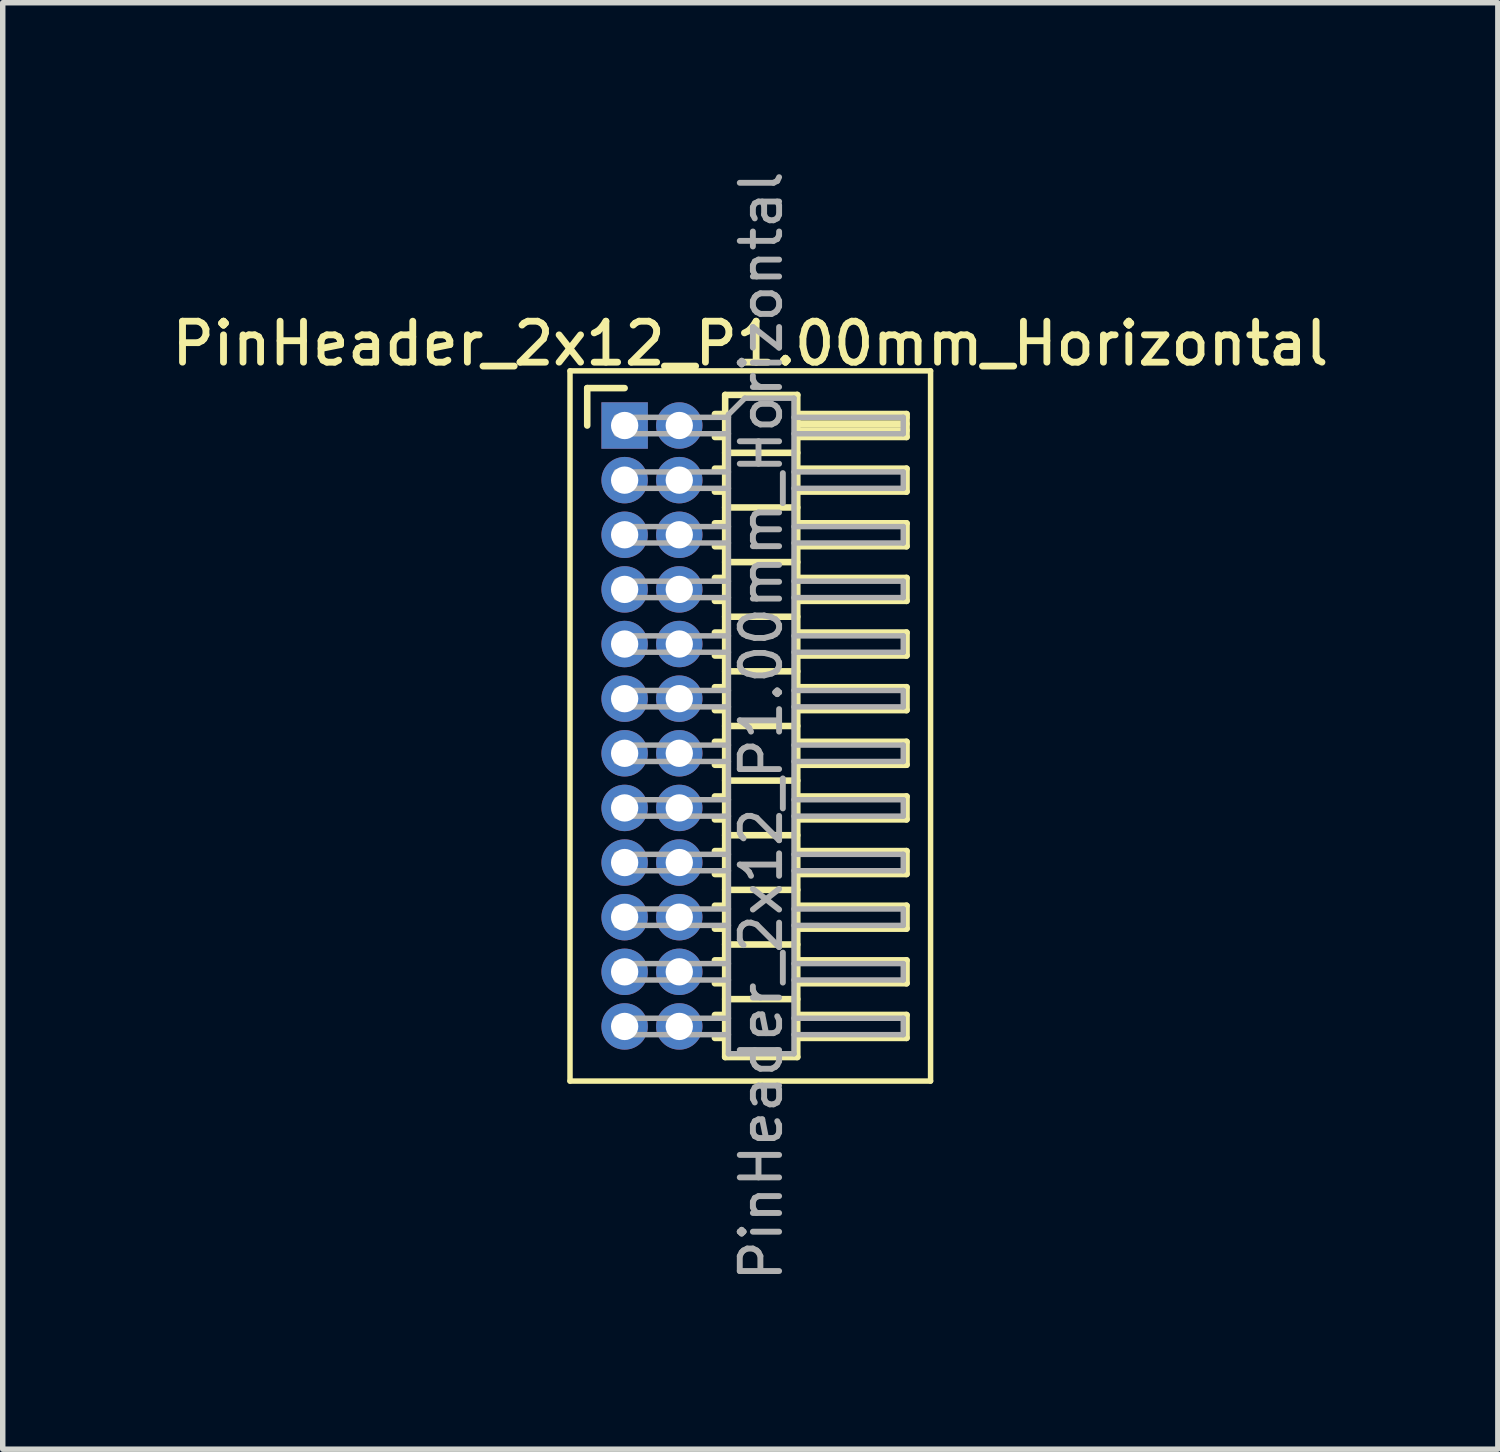
<source format=kicad_pcb>
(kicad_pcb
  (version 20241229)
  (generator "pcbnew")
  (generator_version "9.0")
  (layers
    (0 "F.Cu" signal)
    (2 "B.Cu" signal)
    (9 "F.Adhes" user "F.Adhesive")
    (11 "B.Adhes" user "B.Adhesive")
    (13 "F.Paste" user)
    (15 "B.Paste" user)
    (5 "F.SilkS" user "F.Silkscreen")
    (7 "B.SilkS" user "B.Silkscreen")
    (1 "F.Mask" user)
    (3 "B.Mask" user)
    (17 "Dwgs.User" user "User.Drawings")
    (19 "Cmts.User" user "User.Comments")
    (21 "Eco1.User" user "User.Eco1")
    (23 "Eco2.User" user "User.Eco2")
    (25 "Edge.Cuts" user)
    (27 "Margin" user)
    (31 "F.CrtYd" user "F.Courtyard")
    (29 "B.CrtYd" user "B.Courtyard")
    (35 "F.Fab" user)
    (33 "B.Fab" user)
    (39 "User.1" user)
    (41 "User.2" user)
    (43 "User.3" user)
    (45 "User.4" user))
  (footprint "PinHeader_2x12_P1.00mm_Horizontal"
    (layer "F.Cu")
    (at 8.384 4.739)
    (property "Reference" "PinHeader_2x12_P1.00mm_Horizontal" (at 2.3 -1.5 0) (layer "F.SilkS") (effects (font (size 0.75 0.75) (thickness 0.125))))
    (attr through_hole)
    (fp_line (start -1 -1) (end -1 12) (stroke (width 0.1) (type solid)) (layer "F.SilkS"))
    (fp_line (start -1 12) (end 5.6 12) (stroke (width 0.1) (type solid)) (layer "F.SilkS"))
    (fp_line (start -0.685 -0.685) (end 0 -0.685) (stroke (width 0.12) (type solid)) (layer "F.SilkS"))
    (fp_line (start -0.685 0) (end -0.685 -0.685) (stroke (width 0.12) (type solid)) (layer "F.SilkS"))
    (fp_line (start 1.652 -0.21) (end 1.84 -0.21) (stroke (width 0.12) (type solid)) (layer "F.SilkS"))
    (fp_line (start 1.652 0.21) (end 1.84 0.21) (stroke (width 0.12) (type solid)) (layer "F.SilkS"))
    (fp_line (start 1.652 0.79) (end 1.84 0.79) (stroke (width 0.12) (type solid)) (layer "F.SilkS"))
    (fp_line (start 1.652 1.21) (end 1.84 1.21) (stroke (width 0.12) (type solid)) (layer "F.SilkS"))
    (fp_line (start 1.652 1.79) (end 1.84 1.79) (stroke (width 0.12) (type solid)) (layer "F.SilkS"))
    (fp_line (start 1.652 2.21) (end 1.84 2.21) (stroke (width 0.12) (type solid)) (layer "F.SilkS"))
    (fp_line (start 1.652 2.79) (end 1.84 2.79) (stroke (width 0.12) (type solid)) (layer "F.SilkS"))
    (fp_line (start 1.652 3.21) (end 1.84 3.21) (stroke (width 0.12) (type solid)) (layer "F.SilkS"))
    (fp_line (start 1.652 3.79) (end 1.84 3.79) (stroke (width 0.12) (type solid)) (layer "F.SilkS"))
    (fp_line (start 1.652 4.21) (end 1.84 4.21) (stroke (width 0.12) (type solid)) (layer "F.SilkS"))
    (fp_line (start 1.652 4.79) (end 1.84 4.79) (stroke (width 0.12) (type solid)) (layer "F.SilkS"))
    (fp_line (start 1.652 5.21) (end 1.84 5.21) (stroke (width 0.12) (type solid)) (layer "F.SilkS"))
    (fp_line (start 1.652 5.79) (end 1.84 5.79) (stroke (width 0.12) (type solid)) (layer "F.SilkS"))
    (fp_line (start 1.652 6.21) (end 1.84 6.21) (stroke (width 0.12) (type solid)) (layer "F.SilkS"))
    (fp_line (start 1.652 6.79) (end 1.84 6.79) (stroke (width 0.12) (type solid)) (layer "F.SilkS"))
    (fp_line (start 1.652 7.21) (end 1.84 7.21) (stroke (width 0.12) (type solid)) (layer "F.SilkS"))
    (fp_line (start 1.652 7.79) (end 1.84 7.79) (stroke (width 0.12) (type solid)) (layer "F.SilkS"))
    (fp_line (start 1.652 8.21) (end 1.84 8.21) (stroke (width 0.12) (type solid)) (layer "F.SilkS"))
    (fp_line (start 1.652 8.79) (end 1.84 8.79) (stroke (width 0.12) (type solid)) (layer "F.SilkS"))
    (fp_line (start 1.652 9.21) (end 1.84 9.21) (stroke (width 0.12) (type solid)) (layer "F.SilkS"))
    (fp_line (start 1.652 9.79) (end 1.84 9.79) (stroke (width 0.12) (type solid)) (layer "F.SilkS"))
    (fp_line (start 1.652 10.21) (end 1.84 10.21) (stroke (width 0.12) (type solid)) (layer "F.SilkS"))
    (fp_line (start 1.652 10.79) (end 1.84 10.79) (stroke (width 0.12) (type solid)) (layer "F.SilkS"))
    (fp_line (start 1.652 11.21) (end 1.84 11.21) (stroke (width 0.12) (type solid)) (layer "F.SilkS"))
    (fp_line (start 1.84 -0.56) (end 1.84 11.56) (stroke (width 0.12) (type solid)) (layer "F.SilkS"))
    (fp_line (start 1.84 0.5) (end 3.16 0.5) (stroke (width 0.12) (type solid)) (layer "F.SilkS"))
    (fp_line (start 1.84 1.5) (end 3.16 1.5) (stroke (width 0.12) (type solid)) (layer "F.SilkS"))
    (fp_line (start 1.84 2.5) (end 3.16 2.5) (stroke (width 0.12) (type solid)) (layer "F.SilkS"))
    (fp_line (start 1.84 3.5) (end 3.16 3.5) (stroke (width 0.12) (type solid)) (layer "F.SilkS"))
    (fp_line (start 1.84 4.5) (end 3.16 4.5) (stroke (width 0.12) (type solid)) (layer "F.SilkS"))
    (fp_line (start 1.84 5.5) (end 3.16 5.5) (stroke (width 0.12) (type solid)) (layer "F.SilkS"))
    (fp_line (start 1.84 6.5) (end 3.16 6.5) (stroke (width 0.12) (type solid)) (layer "F.SilkS"))
    (fp_line (start 1.84 7.5) (end 3.16 7.5) (stroke (width 0.12) (type solid)) (layer "F.SilkS"))
    (fp_line (start 1.84 8.5) (end 3.16 8.5) (stroke (width 0.12) (type solid)) (layer "F.SilkS"))
    (fp_line (start 1.84 9.5) (end 3.16 9.5) (stroke (width 0.12) (type solid)) (layer "F.SilkS"))
    (fp_line (start 1.84 10.5) (end 3.16 10.5) (stroke (width 0.12) (type solid)) (layer "F.SilkS"))
    (fp_line (start 1.84 11.56) (end 3.16 11.56) (stroke (width 0.12) (type solid)) (layer "F.SilkS"))
    (fp_line (start 3.16 -0.56) (end 1.84 -0.56) (stroke (width 0.12) (type solid)) (layer "F.SilkS"))
    (fp_line (start 3.16 -0.21) (end 5.16 -0.21) (stroke (width 0.12) (type solid)) (layer "F.SilkS"))
    (fp_line (start 3.16 -0.15) (end 5.16 -0.15) (stroke (width 0.12) (type solid)) (layer "F.SilkS"))
    (fp_line (start 3.16 -0.03) (end 5.16 -0.03) (stroke (width 0.12) (type solid)) (layer "F.SilkS"))
    (fp_line (start 3.16 0.09) (end 5.16 0.09) (stroke (width 0.12) (type solid)) (layer "F.SilkS"))
    (fp_line (start 3.16 0.79) (end 5.16 0.79) (stroke (width 0.12) (type solid)) (layer "F.SilkS"))
    (fp_line (start 3.16 1.79) (end 5.16 1.79) (stroke (width 0.12) (type solid)) (layer "F.SilkS"))
    (fp_line (start 3.16 2.79) (end 5.16 2.79) (stroke (width 0.12) (type solid)) (layer "F.SilkS"))
    (fp_line (start 3.16 3.79) (end 5.16 3.79) (stroke (width 0.12) (type solid)) (layer "F.SilkS"))
    (fp_line (start 3.16 4.79) (end 5.16 4.79) (stroke (width 0.12) (type solid)) (layer "F.SilkS"))
    (fp_line (start 3.16 5.79) (end 5.16 5.79) (stroke (width 0.12) (type solid)) (layer "F.SilkS"))
    (fp_line (start 3.16 6.79) (end 5.16 6.79) (stroke (width 0.12) (type solid)) (layer "F.SilkS"))
    (fp_line (start 3.16 7.79) (end 5.16 7.79) (stroke (width 0.12) (type solid)) (layer "F.SilkS"))
    (fp_line (start 3.16 8.79) (end 5.16 8.79) (stroke (width 0.12) (type solid)) (layer "F.SilkS"))
    (fp_line (start 3.16 9.79) (end 5.16 9.79) (stroke (width 0.12) (type solid)) (layer "F.SilkS"))
    (fp_line (start 3.16 10.79) (end 5.16 10.79) (stroke (width 0.12) (type solid)) (layer "F.SilkS"))
    (fp_line (start 3.16 11.56) (end 3.16 -0.56) (stroke (width 0.12) (type solid)) (layer "F.SilkS"))
    (fp_line (start 5.16 -0.21) (end 5.16 0.21) (stroke (width 0.12) (type solid)) (layer "F.SilkS"))
    (fp_line (start 5.16 0.21) (end 3.16 0.21) (stroke (width 0.12) (type solid)) (layer "F.SilkS"))
    (fp_line (start 5.16 0.79) (end 5.16 1.21) (stroke (width 0.12) (type solid)) (layer "F.SilkS"))
    (fp_line (start 5.16 1.21) (end 3.16 1.21) (stroke (width 0.12) (type solid)) (layer "F.SilkS"))
    (fp_line (start 5.16 1.79) (end 5.16 2.21) (stroke (width 0.12) (type solid)) (layer "F.SilkS"))
    (fp_line (start 5.16 2.21) (end 3.16 2.21) (stroke (width 0.12) (type solid)) (layer "F.SilkS"))
    (fp_line (start 5.16 2.79) (end 5.16 3.21) (stroke (width 0.12) (type solid)) (layer "F.SilkS"))
    (fp_line (start 5.16 3.21) (end 3.16 3.21) (stroke (width 0.12) (type solid)) (layer "F.SilkS"))
    (fp_line (start 5.16 3.79) (end 5.16 4.21) (stroke (width 0.12) (type solid)) (layer "F.SilkS"))
    (fp_line (start 5.16 4.21) (end 3.16 4.21) (stroke (width 0.12) (type solid)) (layer "F.SilkS"))
    (fp_line (start 5.16 4.79) (end 5.16 5.21) (stroke (width 0.12) (type solid)) (layer "F.SilkS"))
    (fp_line (start 5.16 5.21) (end 3.16 5.21) (stroke (width 0.12) (type solid)) (layer "F.SilkS"))
    (fp_line (start 5.16 5.79) (end 5.16 6.21) (stroke (width 0.12) (type solid)) (layer "F.SilkS"))
    (fp_line (start 5.16 6.21) (end 3.16 6.21) (stroke (width 0.12) (type solid)) (layer "F.SilkS"))
    (fp_line (start 5.16 6.79) (end 5.16 7.21) (stroke (width 0.12) (type solid)) (layer "F.SilkS"))
    (fp_line (start 5.16 7.21) (end 3.16 7.21) (stroke (width 0.12) (type solid)) (layer "F.SilkS"))
    (fp_line (start 5.16 7.79) (end 5.16 8.21) (stroke (width 0.12) (type solid)) (layer "F.SilkS"))
    (fp_line (start 5.16 8.21) (end 3.16 8.21) (stroke (width 0.12) (type solid)) (layer "F.SilkS"))
    (fp_line (start 5.16 8.79) (end 5.16 9.21) (stroke (width 0.12) (type solid)) (layer "F.SilkS"))
    (fp_line (start 5.16 9.21) (end 3.16 9.21) (stroke (width 0.12) (type solid)) (layer "F.SilkS"))
    (fp_line (start 5.16 9.79) (end 5.16 10.21) (stroke (width 0.12) (type solid)) (layer "F.SilkS"))
    (fp_line (start 5.16 10.21) (end 3.16 10.21) (stroke (width 0.12) (type solid)) (layer "F.SilkS"))
    (fp_line (start 5.16 10.79) (end 5.16 11.21) (stroke (width 0.12) (type solid)) (layer "F.SilkS"))
    (fp_line (start 5.16 11.21) (end 3.16 11.21) (stroke (width 0.12) (type solid)) (layer "F.SilkS"))
    (fp_line (start 5.6 -1) (end -1 -1) (stroke (width 0.1) (type solid)) (layer "F.SilkS"))
    (fp_line (start 5.6 12) (end 5.6 -1) (stroke (width 0.1) (type solid)) (layer "F.SilkS"))
    (fp_line (start -0.15 -0.15) (end -0.15 0.15) (stroke (width 0.1) (type solid)) (layer "F.Fab"))
    (fp_line (start -0.15 -0.15) (end 1.9 -0.15) (stroke (width 0.1) (type solid)) (layer "F.Fab"))
    (fp_line (start -0.15 0.15) (end 1.9 0.15) (stroke (width 0.1) (type solid)) (layer "F.Fab"))
    (fp_line (start -0.15 0.85) (end -0.15 1.15) (stroke (width 0.1) (type solid)) (layer "F.Fab"))
    (fp_line (start -0.15 0.85) (end 1.9 0.85) (stroke (width 0.1) (type solid)) (layer "F.Fab"))
    (fp_line (start -0.15 1.15) (end 1.9 1.15) (stroke (width 0.1) (type solid)) (layer "F.Fab"))
    (fp_line (start -0.15 1.85) (end -0.15 2.15) (stroke (width 0.1) (type solid)) (layer "F.Fab"))
    (fp_line (start -0.15 1.85) (end 1.9 1.85) (stroke (width 0.1) (type solid)) (layer "F.Fab"))
    (fp_line (start -0.15 2.15) (end 1.9 2.15) (stroke (width 0.1) (type solid)) (layer "F.Fab"))
    (fp_line (start -0.15 2.85) (end -0.15 3.15) (stroke (width 0.1) (type solid)) (layer "F.Fab"))
    (fp_line (start -0.15 2.85) (end 1.9 2.85) (stroke (width 0.1) (type solid)) (layer "F.Fab"))
    (fp_line (start -0.15 3.15) (end 1.9 3.15) (stroke (width 0.1) (type solid)) (layer "F.Fab"))
    (fp_line (start -0.15 3.85) (end -0.15 4.15) (stroke (width 0.1) (type solid)) (layer "F.Fab"))
    (fp_line (start -0.15 3.85) (end 1.9 3.85) (stroke (width 0.1) (type solid)) (layer "F.Fab"))
    (fp_line (start -0.15 4.15) (end 1.9 4.15) (stroke (width 0.1) (type solid)) (layer "F.Fab"))
    (fp_line (start -0.15 4.85) (end -0.15 5.15) (stroke (width 0.1) (type solid)) (layer "F.Fab"))
    (fp_line (start -0.15 4.85) (end 1.9 4.85) (stroke (width 0.1) (type solid)) (layer "F.Fab"))
    (fp_line (start -0.15 5.15) (end 1.9 5.15) (stroke (width 0.1) (type solid)) (layer "F.Fab"))
    (fp_line (start -0.15 5.85) (end -0.15 6.15) (stroke (width 0.1) (type solid)) (layer "F.Fab"))
    (fp_line (start -0.15 5.85) (end 1.9 5.85) (stroke (width 0.1) (type solid)) (layer "F.Fab"))
    (fp_line (start -0.15 6.15) (end 1.9 6.15) (stroke (width 0.1) (type solid)) (layer "F.Fab"))
    (fp_line (start -0.15 6.85) (end -0.15 7.15) (stroke (width 0.1) (type solid)) (layer "F.Fab"))
    (fp_line (start -0.15 6.85) (end 1.9 6.85) (stroke (width 0.1) (type solid)) (layer "F.Fab"))
    (fp_line (start -0.15 7.15) (end 1.9 7.15) (stroke (width 0.1) (type solid)) (layer "F.Fab"))
    (fp_line (start -0.15 7.85) (end -0.15 8.15) (stroke (width 0.1) (type solid)) (layer "F.Fab"))
    (fp_line (start -0.15 7.85) (end 1.9 7.85) (stroke (width 0.1) (type solid)) (layer "F.Fab"))
    (fp_line (start -0.15 8.15) (end 1.9 8.15) (stroke (width 0.1) (type solid)) (layer "F.Fab"))
    (fp_line (start -0.15 8.85) (end -0.15 9.15) (stroke (width 0.1) (type solid)) (layer "F.Fab"))
    (fp_line (start -0.15 8.85) (end 1.9 8.85) (stroke (width 0.1) (type solid)) (layer "F.Fab"))
    (fp_line (start -0.15 9.15) (end 1.9 9.15) (stroke (width 0.1) (type solid)) (layer "F.Fab"))
    (fp_line (start -0.15 9.85) (end -0.15 10.15) (stroke (width 0.1) (type solid)) (layer "F.Fab"))
    (fp_line (start -0.15 9.85) (end 1.9 9.85) (stroke (width 0.1) (type solid)) (layer "F.Fab"))
    (fp_line (start -0.15 10.15) (end 1.9 10.15) (stroke (width 0.1) (type solid)) (layer "F.Fab"))
    (fp_line (start -0.15 10.85) (end -0.15 11.15) (stroke (width 0.1) (type solid)) (layer "F.Fab"))
    (fp_line (start -0.15 10.85) (end 1.9 10.85) (stroke (width 0.1) (type solid)) (layer "F.Fab"))
    (fp_line (start -0.15 11.15) (end 1.9 11.15) (stroke (width 0.1) (type solid)) (layer "F.Fab"))
    (fp_line (start 1.9 -0.2) (end 2.2 -0.5) (stroke (width 0.1) (type solid)) (layer "F.Fab"))
    (fp_line (start 1.9 11.5) (end 1.9 -0.2) (stroke (width 0.1) (type solid)) (layer "F.Fab"))
    (fp_line (start 2.2 -0.5) (end 3.1 -0.5) (stroke (width 0.1) (type solid)) (layer "F.Fab"))
    (fp_line (start 3.1 -0.5) (end 3.1 11.5) (stroke (width 0.1) (type solid)) (layer "F.Fab"))
    (fp_line (start 3.1 -0.15) (end 5.1 -0.15) (stroke (width 0.1) (type solid)) (layer "F.Fab"))
    (fp_line (start 3.1 0.15) (end 5.1 0.15) (stroke (width 0.1) (type solid)) (layer "F.Fab"))
    (fp_line (start 3.1 0.85) (end 5.1 0.85) (stroke (width 0.1) (type solid)) (layer "F.Fab"))
    (fp_line (start 3.1 1.15) (end 5.1 1.15) (stroke (width 0.1) (type solid)) (layer "F.Fab"))
    (fp_line (start 3.1 1.85) (end 5.1 1.85) (stroke (width 0.1) (type solid)) (layer "F.Fab"))
    (fp_line (start 3.1 2.15) (end 5.1 2.15) (stroke (width 0.1) (type solid)) (layer "F.Fab"))
    (fp_line (start 3.1 2.85) (end 5.1 2.85) (stroke (width 0.1) (type solid)) (layer "F.Fab"))
    (fp_line (start 3.1 3.15) (end 5.1 3.15) (stroke (width 0.1) (type solid)) (layer "F.Fab"))
    (fp_line (start 3.1 3.85) (end 5.1 3.85) (stroke (width 0.1) (type solid)) (layer "F.Fab"))
    (fp_line (start 3.1 4.15) (end 5.1 4.15) (stroke (width 0.1) (type solid)) (layer "F.Fab"))
    (fp_line (start 3.1 4.85) (end 5.1 4.85) (stroke (width 0.1) (type solid)) (layer "F.Fab"))
    (fp_line (start 3.1 5.15) (end 5.1 5.15) (stroke (width 0.1) (type solid)) (layer "F.Fab"))
    (fp_line (start 3.1 5.85) (end 5.1 5.85) (stroke (width 0.1) (type solid)) (layer "F.Fab"))
    (fp_line (start 3.1 6.15) (end 5.1 6.15) (stroke (width 0.1) (type solid)) (layer "F.Fab"))
    (fp_line (start 3.1 6.85) (end 5.1 6.85) (stroke (width 0.1) (type solid)) (layer "F.Fab"))
    (fp_line (start 3.1 7.15) (end 5.1 7.15) (stroke (width 0.1) (type solid)) (layer "F.Fab"))
    (fp_line (start 3.1 7.85) (end 5.1 7.85) (stroke (width 0.1) (type solid)) (layer "F.Fab"))
    (fp_line (start 3.1 8.15) (end 5.1 8.15) (stroke (width 0.1) (type solid)) (layer "F.Fab"))
    (fp_line (start 3.1 8.85) (end 5.1 8.85) (stroke (width 0.1) (type solid)) (layer "F.Fab"))
    (fp_line (start 3.1 9.15) (end 5.1 9.15) (stroke (width 0.1) (type solid)) (layer "F.Fab"))
    (fp_line (start 3.1 9.85) (end 5.1 9.85) (stroke (width 0.1) (type solid)) (layer "F.Fab"))
    (fp_line (start 3.1 10.15) (end 5.1 10.15) (stroke (width 0.1) (type solid)) (layer "F.Fab"))
    (fp_line (start 3.1 10.85) (end 5.1 10.85) (stroke (width 0.1) (type solid)) (layer "F.Fab"))
    (fp_line (start 3.1 11.15) (end 5.1 11.15) (stroke (width 0.1) (type solid)) (layer "F.Fab"))
    (fp_line (start 3.1 11.5) (end 1.9 11.5) (stroke (width 0.1) (type solid)) (layer "F.Fab"))
    (fp_line (start 5.1 -0.15) (end 5.1 0.15) (stroke (width 0.1) (type solid)) (layer "F.Fab"))
    (fp_line (start 5.1 0.85) (end 5.1 1.15) (stroke (width 0.1) (type solid)) (layer "F.Fab"))
    (fp_line (start 5.1 1.85) (end 5.1 2.15) (stroke (width 0.1) (type solid)) (layer "F.Fab"))
    (fp_line (start 5.1 2.85) (end 5.1 3.15) (stroke (width 0.1) (type solid)) (layer "F.Fab"))
    (fp_line (start 5.1 3.85) (end 5.1 4.15) (stroke (width 0.1) (type solid)) (layer "F.Fab"))
    (fp_line (start 5.1 4.85) (end 5.1 5.15) (stroke (width 0.1) (type solid)) (layer "F.Fab"))
    (fp_line (start 5.1 5.85) (end 5.1 6.15) (stroke (width 0.1) (type solid)) (layer "F.Fab"))
    (fp_line (start 5.1 6.85) (end 5.1 7.15) (stroke (width 0.1) (type solid)) (layer "F.Fab"))
    (fp_line (start 5.1 7.85) (end 5.1 8.15) (stroke (width 0.1) (type solid)) (layer "F.Fab"))
    (fp_line (start 5.1 8.85) (end 5.1 9.15) (stroke (width 0.1) (type solid)) (layer "F.Fab"))
    (fp_line (start 5.1 9.85) (end 5.1 10.15) (stroke (width 0.1) (type solid)) (layer "F.Fab"))
    (fp_line (start 5.1 10.85) (end 5.1 11.15) (stroke (width 0.1) (type solid)) (layer "F.Fab"))
    (fp_text user "${REFERENCE}" (at 2.5 5.5 90) (layer "F.Fab") (effects (font (size 0.72 0.72) (thickness 0.108))))
    (pad "1" thru_hole rect (at 0 0) (size 0.85 0.85) (drill 0.5) (layers "*.Cu" "*.Mask"))
    (pad "2" thru_hole oval (at 1 0) (size 0.85 0.85) (drill 0.5) (layers "*.Cu" "*.Mask"))
    (pad "3" thru_hole oval (at 0 1) (size 0.85 0.85) (drill 0.5) (layers "*.Cu" "*.Mask"))
    (pad "4" thru_hole oval (at 1 1) (size 0.85 0.85) (drill 0.5) (layers "*.Cu" "*.Mask"))
    (pad "5" thru_hole oval (at 0 2) (size 0.85 0.85) (drill 0.5) (layers "*.Cu" "*.Mask"))
    (pad "6" thru_hole oval (at 1 2) (size 0.85 0.85) (drill 0.5) (layers "*.Cu" "*.Mask"))
    (pad "7" thru_hole oval (at 0 3) (size 0.85 0.85) (drill 0.5) (layers "*.Cu" "*.Mask"))
    (pad "8" thru_hole oval (at 1 3) (size 0.85 0.85) (drill 0.5) (layers "*.Cu" "*.Mask"))
    (pad "9" thru_hole oval (at 0 4) (size 0.85 0.85) (drill 0.5) (layers "*.Cu" "*.Mask"))
    (pad "10" thru_hole oval (at 1 4) (size 0.85 0.85) (drill 0.5) (layers "*.Cu" "*.Mask"))
    (pad "11" thru_hole oval (at 0 5) (size 0.85 0.85) (drill 0.5) (layers "*.Cu" "*.Mask"))
    (pad "12" thru_hole oval (at 1 5) (size 0.85 0.85) (drill 0.5) (layers "*.Cu" "*.Mask"))
    (pad "13" thru_hole oval (at 0 6) (size 0.85 0.85) (drill 0.5) (layers "*.Cu" "*.Mask"))
    (pad "14" thru_hole oval (at 1 6) (size 0.85 0.85) (drill 0.5) (layers "*.Cu" "*.Mask"))
    (pad "15" thru_hole oval (at 0 7) (size 0.85 0.85) (drill 0.5) (layers "*.Cu" "*.Mask"))
    (pad "16" thru_hole oval (at 1 7) (size 0.85 0.85) (drill 0.5) (layers "*.Cu" "*.Mask"))
    (pad "17" thru_hole oval (at 0 8) (size 0.85 0.85) (drill 0.5) (layers "*.Cu" "*.Mask"))
    (pad "18" thru_hole oval (at 1 8) (size 0.85 0.85) (drill 0.5) (layers "*.Cu" "*.Mask"))
    (pad "19" thru_hole oval (at 0 9) (size 0.85 0.85) (drill 0.5) (layers "*.Cu" "*.Mask"))
    (pad "20" thru_hole oval (at 1 9) (size 0.85 0.85) (drill 0.5) (layers "*.Cu" "*.Mask"))
    (pad "21" thru_hole oval (at 0 10) (size 0.85 0.85) (drill 0.5) (layers "*.Cu" "*.Mask"))
    (pad "22" thru_hole oval (at 1 10) (size 0.85 0.85) (drill 0.5) (layers "*.Cu" "*.Mask"))
    (pad "23" thru_hole oval (at 0 11) (size 0.85 0.85) (drill 0.5) (layers "*.Cu" "*.Mask"))
    (pad "24" thru_hole oval (at 1 11) (size 0.85 0.85) (drill 0.5) (layers "*.Cu" "*.Mask")))
  (gr_rect
    (start -3 -3)
    (end 24.368 23.477)
    (stroke (width 0.1) (type default))
    (fill no)
    (layer "Edge.Cuts")))
</source>
